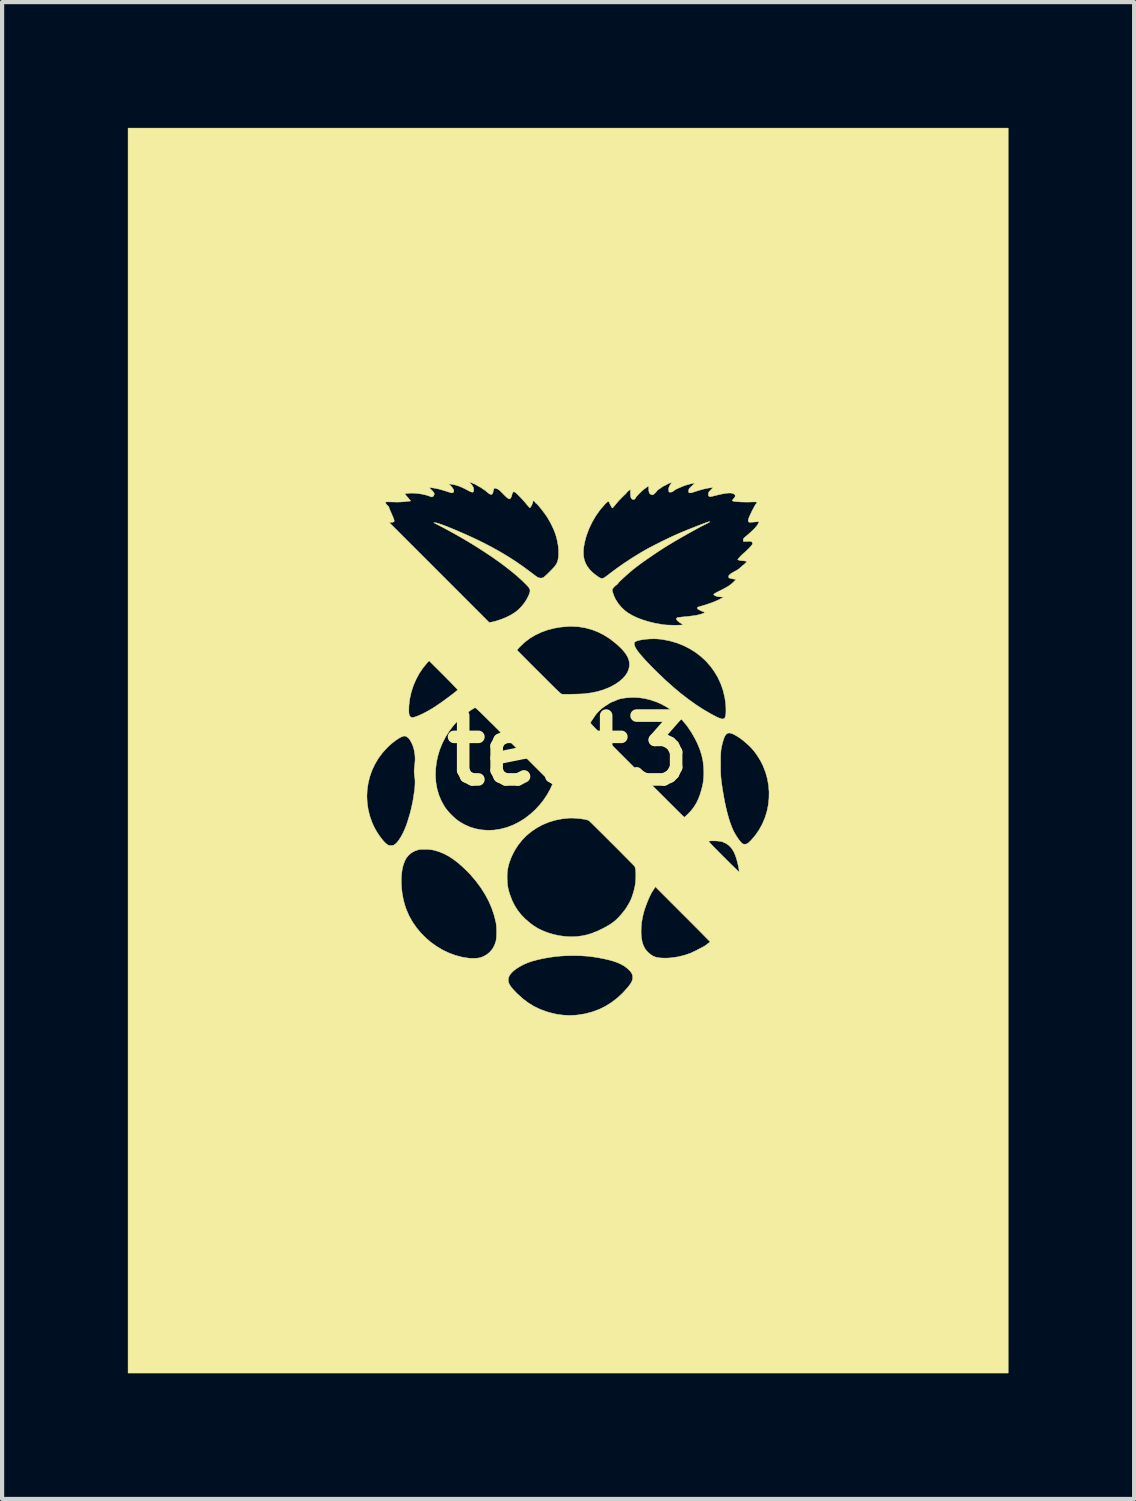
<source format=kicad_pcb>
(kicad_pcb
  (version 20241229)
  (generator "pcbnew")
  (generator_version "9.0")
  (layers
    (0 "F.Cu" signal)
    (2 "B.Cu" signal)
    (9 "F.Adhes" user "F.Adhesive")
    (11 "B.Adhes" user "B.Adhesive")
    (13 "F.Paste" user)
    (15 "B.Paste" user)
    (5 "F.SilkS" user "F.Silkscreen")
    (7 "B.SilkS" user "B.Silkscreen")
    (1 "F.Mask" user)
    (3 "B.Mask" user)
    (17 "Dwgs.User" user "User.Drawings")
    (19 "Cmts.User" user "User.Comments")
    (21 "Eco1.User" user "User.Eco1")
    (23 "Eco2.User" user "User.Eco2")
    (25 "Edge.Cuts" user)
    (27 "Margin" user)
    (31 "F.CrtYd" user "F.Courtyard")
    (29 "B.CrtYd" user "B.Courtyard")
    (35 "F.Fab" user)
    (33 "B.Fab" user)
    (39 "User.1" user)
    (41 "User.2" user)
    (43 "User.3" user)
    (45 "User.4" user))
  (footprint "test3"
    (layer "F.Cu")
    (at 10.504 14.856)
    (property "Reference" "test3" (at 0 0 0) (layer "F.SilkS") (effects (font (size 1.524 1.524) (thickness 0.3))))
    (attr through_hole)
    (fp_poly (pts (xy 10.499 14.851) (xy -10.499 14.851) (xy -10.499 5.487) (xy -1.428 5.487) (xy -1.416 5.542) (xy -1.415 5.546) (xy -1.396 5.585) (xy -1.369 5.628) (xy -1.331 5.676) (xy -1.282 5.731) (xy -1.22 5.794) (xy -1.209 5.805) (xy -1.084 5.918) (xy -0.955 6.016) (xy -0.821 6.099) (xy -0.679 6.168) (xy -0.529 6.225) (xy -0.439 6.252) (xy -0.281 6.289) (xy -0.128 6.311) (xy 0.023 6.319) (xy 0.177 6.313) (xy 0.241 6.306) (xy 0.413 6.278) (xy 0.578 6.234) (xy 0.737 6.175) (xy 0.889 6.1) (xy 1.034 6.01) (xy 1.171 5.905) (xy 1.3 5.786) (xy 1.421 5.652) (xy 1.466 5.595) (xy 1.499 5.547) (xy 1.522 5.504) (xy 1.535 5.465) (xy 1.54 5.427) (xy 1.541 5.415) (xy 1.536 5.364) (xy 1.519 5.319) (xy 1.49 5.274) (xy 1.468 5.249) (xy 1.408 5.193) (xy 1.34 5.142) (xy 1.262 5.098) (xy 1.173 5.058) (xy 1.071 5.023) (xy 0.955 4.991) (xy 0.843 4.966) (xy 0.718 4.942) (xy 0.605 4.924) (xy 0.497 4.91) (xy 0.391 4.901) (xy 0.281 4.895) (xy 0.162 4.893) (xy 0.114 4.893) (xy -0.033 4.895) (xy -0.17 4.902) (xy -0.303 4.915) (xy -0.437 4.933) (xy -0.579 4.958) (xy -0.58 4.958) (xy -0.719 4.988) (xy -0.844 5.021) (xy -0.957 5.059) (xy -1.058 5.102) (xy -1.152 5.152) (xy -1.239 5.207) (xy -1.247 5.214) (xy -1.317 5.269) (xy -1.369 5.324) (xy -1.405 5.378) (xy -1.425 5.432) (xy -1.428 5.487) (xy -10.499 5.487) (xy -10.499 3.051) (xy -3.98 3.051) (xy -3.98 3.171) (xy -3.972 3.295) (xy -3.957 3.42) (xy -3.933 3.545) (xy -3.902 3.668) (xy -3.862 3.787) (xy -3.858 3.798) (xy -3.792 3.948) (xy -3.711 4.091) (xy -3.617 4.227) (xy -3.511 4.354) (xy -3.394 4.472) (xy -3.268 4.579) (xy -3.132 4.675) (xy -2.99 4.759) (xy -2.841 4.83) (xy -2.688 4.886) (xy -2.53 4.928) (xy -2.379 4.952) (xy -2.321 4.957) (xy -2.26 4.958) (xy -2.199 4.955) (xy -2.144 4.95) (xy -2.1 4.942) (xy -2.091 4.94) (xy -2.007 4.906) (xy -1.929 4.859) (xy -1.861 4.8) (xy -1.804 4.731) (xy -1.771 4.673) (xy -1.752 4.632) (xy -1.736 4.587) (xy -1.723 4.546) (xy -1.721 4.538) (xy -1.714 4.494) (xy -1.71 4.437) (xy -1.707 4.372) (xy -1.707 4.304) (xy -1.709 4.237) (xy -1.713 4.174) (xy -1.719 4.122) (xy -1.721 4.111) (xy -1.762 3.94) (xy -1.818 3.771) (xy -1.89 3.602) (xy -1.978 3.437) (xy -2.08 3.275) (xy -2.197 3.117) (xy -2.299 2.997) (xy -1.455 2.997) (xy -1.454 3.072) (xy -1.45 3.146) (xy -1.445 3.208) (xy -1.436 3.265) (xy -1.424 3.321) (xy -1.407 3.383) (xy -1.389 3.437) (xy -1.338 3.572) (xy -1.278 3.695) (xy -1.207 3.808) (xy -1.124 3.914) (xy -1.027 4.014) (xy -0.916 4.11) (xy -0.829 4.175) (xy -0.726 4.24) (xy -0.611 4.296) (xy -0.486 4.345) (xy -0.354 4.385) (xy -0.218 4.415) (xy -0.081 4.434) (xy 0.055 4.442) (xy 0.186 4.439) (xy 0.213 4.436) (xy 0.337 4.42) (xy 0.456 4.394) (xy 0.573 4.358) (xy 0.602 4.346) (xy 1.741 4.346) (xy 1.744 4.402) (xy 1.752 4.482) (xy 1.764 4.549) (xy 1.78 4.608) (xy 1.801 4.662) (xy 1.826 4.712) (xy 1.865 4.769) (xy 1.915 4.822) (xy 1.973 4.869) (xy 2.033 4.906) (xy 2.077 4.924) (xy 2.137 4.939) (xy 2.211 4.948) (xy 2.296 4.952) (xy 2.389 4.95) (xy 2.46 4.944) (xy 2.622 4.921) (xy 2.778 4.883) (xy 2.929 4.83) (xy 3.065 4.765) (xy 3.107 4.742) (xy 3.153 4.718) (xy 3.194 4.697) (xy 3.21 4.689) (xy 3.246 4.669) (xy 3.281 4.647) (xy 3.309 4.626) (xy 3.312 4.624) (xy 3.335 4.604) (xy 3.357 4.588) (xy 3.368 4.581) (xy 3.382 4.571) (xy 3.387 4.564) (xy 3.381 4.557) (xy 3.364 4.539) (xy 3.336 4.51) (xy 3.299 4.472) (xy 3.253 4.425) (xy 3.199 4.37) (xy 3.137 4.308) (xy 3.069 4.239) (xy 2.995 4.165) (xy 2.915 4.085) (xy 2.832 4.001) (xy 2.745 3.914) (xy 2.733 3.903) (xy 2.08 3.249) (xy 2.061 3.282) (xy 2.045 3.308) (xy 2.029 3.331) (xy 2.026 3.336) (xy 2.003 3.37) (xy 1.977 3.418) (xy 1.948 3.476) (xy 1.918 3.543) (xy 1.888 3.616) (xy 1.859 3.692) (xy 1.832 3.768) (xy 1.811 3.835) (xy 1.778 3.962) (xy 1.755 4.093) (xy 1.743 4.222) (xy 1.741 4.346) (xy 0.602 4.346) (xy 0.693 4.31) (xy 0.8 4.259) (xy 0.893 4.211) (xy 0.972 4.165) (xy 1.042 4.12) (xy 1.105 4.072) (xy 1.164 4.02) (xy 1.222 3.96) (xy 1.283 3.89) (xy 1.333 3.828) (xy 1.358 3.795) (xy 1.383 3.76) (xy 1.401 3.73) (xy 1.401 3.73) (xy 1.419 3.7) (xy 1.441 3.663) (xy 1.462 3.628) (xy 1.462 3.627) (xy 1.484 3.585) (xy 1.508 3.531) (xy 1.531 3.467) (xy 1.553 3.398) (xy 1.573 3.328) (xy 1.589 3.26) (xy 1.592 3.247) (xy 1.602 3.184) (xy 1.609 3.117) (xy 1.613 3.049) (xy 1.615 2.981) (xy 1.614 2.917) (xy 1.61 2.86) (xy 1.603 2.812) (xy 1.594 2.777) (xy 1.587 2.763) (xy 1.579 2.754) (xy 1.56 2.734) (xy 1.532 2.704) (xy 1.494 2.666) (xy 1.448 2.62) (xy 1.396 2.567) (xy 1.338 2.509) (xy 1.276 2.446) (xy 1.21 2.379) (xy 1.141 2.31) (xy 1.071 2.24) (xy 1 2.17) (xy 0.995 2.164) (xy 3.355 2.164) (xy 3.357 2.17) (xy 3.363 2.18) (xy 3.375 2.194) (xy 3.393 2.215) (xy 3.418 2.241) (xy 3.45 2.275) (xy 3.491 2.317) (xy 3.542 2.368) (xy 3.602 2.429) (xy 3.673 2.501) (xy 3.709 2.536) (xy 3.774 2.601) (xy 3.835 2.662) (xy 3.892 2.718) (xy 3.944 2.768) (xy 3.988 2.811) (xy 4.025 2.847) (xy 4.054 2.873) (xy 4.072 2.889) (xy 4.08 2.895) (xy 4.08 2.895) (xy 4.08 2.882) (xy 4.078 2.858) (xy 4.074 2.827) (xy 4.073 2.821) (xy 4.061 2.76) (xy 4.045 2.689) (xy 4.026 2.616) (xy 4.005 2.545) (xy 3.987 2.494) (xy 3.947 2.404) (xy 3.897 2.328) (xy 3.837 2.265) (xy 3.767 2.216) (xy 3.687 2.18) (xy 3.657 2.171) (xy 3.629 2.165) (xy 3.59 2.161) (xy 3.544 2.157) (xy 3.496 2.155) (xy 3.449 2.154) (xy 3.408 2.155) (xy 3.376 2.158) (xy 3.357 2.162) (xy 3.355 2.164) (xy 0.995 2.164) (xy 0.93 2.1) (xy 0.862 2.031) (xy 0.796 1.966) (xy 0.734 1.905) (xy 0.677 1.848) (xy 0.626 1.798) (xy 0.582 1.754) (xy 0.546 1.719) (xy 0.518 1.693) (xy 0.501 1.676) (xy 0.496 1.672) (xy 0.47 1.66) (xy 0.431 1.649) (xy 0.38 1.639) (xy 0.321 1.63) (xy 0.257 1.622) (xy 0.191 1.616) (xy 0.126 1.612) (xy 0.064 1.611) (xy 0.013 1.613) (xy -0.153 1.631) (xy -0.313 1.663) (xy -0.466 1.71) (xy -0.612 1.771) (xy -0.748 1.845) (xy -0.876 1.931) (xy -0.994 2.029) (xy -1.101 2.139) (xy -1.196 2.259) (xy -1.279 2.39) (xy -1.349 2.529) (xy -1.404 2.676) (xy -1.427 2.756) (xy -1.442 2.833) (xy -1.452 2.911) (xy -1.455 2.997) (xy -2.299 2.997) (xy -2.326 2.965) (xy -2.383 2.905) (xy -2.504 2.787) (xy -2.62 2.684) (xy -2.734 2.597) (xy -2.846 2.523) (xy -2.958 2.463) (xy -3.07 2.417) (xy -3.184 2.382) (xy -3.218 2.374) (xy -3.27 2.366) (xy -3.329 2.359) (xy -3.392 2.356) (xy -3.455 2.356) (xy -3.511 2.358) (xy -3.557 2.363) (xy -3.568 2.366) (xy -3.654 2.394) (xy -3.732 2.436) (xy -3.799 2.491) (xy -3.855 2.558) (xy -3.862 2.568) (xy -3.901 2.643) (xy -3.933 2.73) (xy -3.957 2.828) (xy -3.972 2.936) (xy -3.98 3.051) (xy -10.499 3.051) (xy -10.499 1.089) (xy -4.801 1.089) (xy -4.793 1.248) (xy -4.77 1.407) (xy -4.731 1.564) (xy -4.676 1.719) (xy -4.636 1.808) (xy -4.599 1.879) (xy -4.557 1.95) (xy -4.512 2.019) (xy -4.466 2.082) (xy -4.421 2.14) (xy -4.377 2.188) (xy -4.336 2.226) (xy -4.3 2.252) (xy -4.29 2.257) (xy -4.25 2.267) (xy -4.205 2.267) (xy -4.164 2.257) (xy -4.16 2.255) (xy -4.119 2.228) (xy -4.077 2.186) (xy -4.034 2.13) (xy -3.99 2.061) (xy -3.946 1.981) (xy -3.904 1.891) (xy -3.864 1.792) (xy -3.832 1.7) (xy -3.76 1.458) (xy -3.706 1.216) (xy -3.668 0.972) (xy -3.661 0.914) (xy -3.655 0.839) (xy -3.652 0.774) (xy -3.653 0.713) (xy -3.658 0.649) (xy -3.663 0.61) (xy -3.165 0.61) (xy -3.153 0.766) (xy -3.126 0.917) (xy -3.083 1.062) (xy -3.025 1.2) (xy -2.952 1.331) (xy -2.937 1.355) (xy -2.895 1.411) (xy -2.843 1.473) (xy -2.784 1.535) (xy -2.721 1.595) (xy -2.66 1.648) (xy -2.603 1.69) (xy -2.6 1.692) (xy -2.474 1.766) (xy -2.342 1.824) (xy -2.205 1.866) (xy -2.062 1.892) (xy -1.917 1.903) (xy -1.769 1.897) (xy -1.768 1.897) (xy -1.615 1.873) (xy -1.464 1.834) (xy -1.317 1.778) (xy -1.174 1.707) (xy -1.035 1.621) (xy -0.904 1.52) (xy -0.783 1.41) (xy -0.681 1.3) (xy -0.588 1.183) (xy -0.506 1.062) (xy -0.437 0.94) (xy -0.401 0.865) (xy -0.373 0.801) (xy -1.287 -0.113) (xy -1.411 -0.237) (xy -1.524 -0.349) (xy -1.626 -0.451) (xy -1.717 -0.542) (xy -1.799 -0.624) (xy -1.843 -0.667) (xy 0.533 -0.667) (xy 0.533 -0.664) (xy 0.535 -0.659) (xy 0.539 -0.652) (xy 0.545 -0.643) (xy 0.555 -0.631) (xy 0.568 -0.615) (xy 0.586 -0.596) (xy 0.608 -0.572) (xy 0.635 -0.544) (xy 0.668 -0.51) (xy 0.707 -0.47) (xy 0.753 -0.423) (xy 0.805 -0.37) (xy 0.866 -0.309) (xy 0.934 -0.24) (xy 1.011 -0.162) (xy 1.098 -0.076) (xy 1.193 0.02) (xy 1.299 0.126) (xy 1.416 0.243) (xy 1.544 0.371) (xy 1.644 0.471) (xy 1.759 0.586) (xy 1.87 0.698) (xy 1.978 0.805) (xy 2.082 0.909) (xy 2.181 1.007) (xy 2.274 1.1) (xy 2.361 1.187) (xy 2.441 1.267) (xy 2.514 1.339) (xy 2.579 1.404) (xy 2.636 1.46) (xy 2.683 1.507) (xy 2.721 1.544) (xy 2.749 1.571) (xy 2.766 1.587) (xy 2.771 1.592) (xy 2.779 1.586) (xy 2.797 1.571) (xy 2.822 1.548) (xy 2.851 1.521) (xy 2.854 1.518) (xy 2.934 1.434) (xy 3.002 1.346) (xy 3.061 1.25) (xy 3.111 1.145) (xy 3.154 1.028) (xy 3.179 0.943) (xy 3.204 0.846) (xy 3.221 0.758) (xy 3.231 0.671) (xy 3.236 0.579) (xy 3.237 0.512) (xy 3.231 0.371) (xy 3.223 0.307) (xy 3.637 0.307) (xy 3.637 0.326) (xy 3.637 0.404) (xy 3.638 0.473) (xy 3.639 0.535) (xy 3.642 0.594) (xy 3.647 0.651) (xy 3.653 0.71) (xy 3.661 0.773) (xy 3.671 0.844) (xy 3.683 0.925) (xy 3.699 1.018) (xy 3.705 1.054) (xy 3.732 1.204) (xy 3.763 1.349) (xy 3.796 1.485) (xy 3.831 1.612) (xy 3.868 1.727) (xy 3.906 1.829) (xy 3.942 1.911) (xy 3.97 1.964) (xy 4.002 2.019) (xy 4.037 2.073) (xy 4.071 2.123) (xy 4.104 2.165) (xy 4.131 2.196) (xy 4.135 2.199) (xy 4.159 2.22) (xy 4.179 2.231) (xy 4.2 2.235) (xy 4.209 2.235) (xy 4.24 2.232) (xy 4.269 2.223) (xy 4.272 2.221) (xy 4.29 2.21) (xy 4.315 2.189) (xy 4.344 2.161) (xy 4.371 2.134) (xy 4.473 2.013) (xy 4.561 1.884) (xy 4.636 1.746) (xy 4.696 1.603) (xy 4.742 1.454) (xy 4.774 1.301) (xy 4.791 1.145) (xy 4.794 0.988) (xy 4.781 0.83) (xy 4.753 0.673) (xy 4.71 0.519) (xy 4.652 0.368) (xy 4.635 0.332) (xy 4.59 0.245) (xy 4.536 0.156) (xy 4.478 0.069) (xy 4.428 0.004) (xy 4.372 -0.06) (xy 4.309 -0.124) (xy 4.24 -0.185) (xy 4.17 -0.244) (xy 4.099 -0.297) (xy 4.03 -0.342) (xy 3.966 -0.379) (xy 3.909 -0.405) (xy 3.888 -0.412) (xy 3.849 -0.419) (xy 3.814 -0.415) (xy 3.784 -0.4) (xy 3.757 -0.371) (xy 3.732 -0.329) (xy 3.71 -0.272) (xy 3.688 -0.2) (xy 3.683 -0.182) (xy 3.671 -0.133) (xy 3.661 -0.088) (xy 3.653 -0.046) (xy 3.647 -0.004) (xy 3.643 0.041) (xy 3.64 0.093) (xy 3.638 0.152) (xy 3.637 0.223) (xy 3.637 0.307) (xy 3.223 0.307) (xy 3.214 0.235) (xy 3.184 0.102) (xy 3.141 -0.031) (xy 3.085 -0.168) (xy 3.031 -0.277) (xy 2.941 -0.435) (xy 2.842 -0.582) (xy 2.733 -0.715) (xy 2.617 -0.835) (xy 2.493 -0.941) (xy 2.362 -1.032) (xy 2.225 -1.109) (xy 2.112 -1.158) (xy 1.965 -1.208) (xy 1.822 -1.243) (xy 1.68 -1.263) (xy 1.538 -1.268) (xy 1.393 -1.258) (xy 1.392 -1.258) (xy 1.324 -1.249) (xy 1.268 -1.24) (xy 1.221 -1.228) (xy 1.18 -1.214) (xy 1.14 -1.197) (xy 1.135 -1.194) (xy 1.104 -1.18) (xy 1.075 -1.169) (xy 1.06 -1.164) (xy 1.04 -1.157) (xy 1.011 -1.142) (xy 0.98 -1.124) (xy 0.971 -1.118) (xy 0.935 -1.094) (xy 0.897 -1.07) (xy 0.864 -1.049) (xy 0.862 -1.047) (xy 0.815 -1.013) (xy 0.765 -0.97) (xy 0.715 -0.921) (xy 0.671 -0.871) (xy 0.636 -0.824) (xy 0.634 -0.821) (xy 0.612 -0.787) (xy 0.59 -0.755) (xy 0.572 -0.729) (xy 0.569 -0.724) (xy 0.552 -0.699) (xy 0.538 -0.677) (xy 0.534 -0.67) (xy 0.533 -0.667) (xy -1.843 -0.667) (xy -1.872 -0.695) (xy -1.936 -0.759) (xy -1.991 -0.813) (xy -2.039 -0.86) (xy -2.08 -0.9) (xy -2.115 -0.933) (xy -2.144 -0.96) (xy -2.167 -0.982) (xy -2.185 -0.998) (xy -2.199 -1.009) (xy -2.209 -1.017) (xy -2.216 -1.021) (xy -2.22 -1.022) (xy -2.22 -1.022) (xy -2.237 -1.014) (xy -2.265 -0.998) (xy -2.301 -0.976) (xy -2.342 -0.949) (xy -2.384 -0.92) (xy -2.426 -0.89) (xy -2.465 -0.862) (xy -2.485 -0.846) (xy -2.611 -0.733) (xy -2.727 -0.608) (xy -2.831 -0.473) (xy -2.923 -0.328) (xy -3.001 -0.175) (xy -3.065 -0.016) (xy -3.113 0.147) (xy -3.141 0.283) (xy -3.161 0.449) (xy -3.165 0.61) (xy -3.663 0.61) (xy -3.667 0.578) (xy -3.672 0.538) (xy -3.674 0.504) (xy -3.673 0.467) (xy -3.669 0.423) (xy -3.666 0.396) (xy -3.659 0.326) (xy -3.654 0.269) (xy -3.651 0.221) (xy -3.651 0.179) (xy -3.653 0.14) (xy -3.657 0.099) (xy -3.657 0.092) (xy -3.673 -0.006) (xy -3.697 -0.094) (xy -3.731 -0.177) (xy -3.734 -0.182) (xy -3.77 -0.248) (xy -3.808 -0.297) (xy -3.847 -0.329) (xy -3.888 -0.345) (xy -3.909 -0.347) (xy -3.94 -0.341) (xy -3.981 -0.324) (xy -4.029 -0.298) (xy -4.083 -0.263) (xy -4.141 -0.222) (xy -4.201 -0.175) (xy -4.26 -0.124) (xy -4.316 -0.07) (xy -4.318 -0.068) (xy -4.43 0.055) (xy -4.527 0.186) (xy -4.609 0.325) (xy -4.678 0.47) (xy -4.731 0.62) (xy -4.769 0.774) (xy -4.793 0.93) (xy -4.801 1.089) (xy -10.499 1.089) (xy -10.499 -0.966) (xy -3.801 -0.966) (xy -3.799 -0.909) (xy -3.794 -0.866) (xy -3.784 -0.834) (xy -3.769 -0.812) (xy -3.763 -0.806) (xy -3.745 -0.794) (xy -3.725 -0.789) (xy -3.698 -0.79) (xy -3.663 -0.799) (xy -3.618 -0.814) (xy -3.555 -0.838) (xy -3.482 -0.872) (xy -3.403 -0.912) (xy -3.32 -0.958) (xy -3.238 -1.006) (xy -3.159 -1.057) (xy -3.15 -1.063) (xy -3.1 -1.097) (xy -3.045 -1.134) (xy -2.988 -1.175) (xy -2.93 -1.217) (xy -2.873 -1.259) (xy -2.818 -1.3) (xy -2.767 -1.339) (xy -2.722 -1.374) (xy -2.685 -1.403) (xy -2.656 -1.427) (xy -2.639 -1.443) (xy -2.634 -1.449) (xy -2.64 -1.456) (xy -2.656 -1.475) (xy -2.682 -1.502) (xy -2.717 -1.539) (xy -2.76 -1.583) (xy -2.809 -1.634) (xy -2.865 -1.69) (xy -2.925 -1.75) (xy -2.974 -1.8) (xy -3.317 -2.142) (xy -3.362 -2.094) (xy -3.462 -1.972) (xy -3.552 -1.839) (xy -3.628 -1.698) (xy -3.692 -1.549) (xy -3.742 -1.396) (xy -3.777 -1.24) (xy -3.797 -1.083) (xy -3.801 -0.966) (xy -10.499 -0.966) (xy -10.499 -2.397) (xy -1.219 -2.397) (xy -1.213 -2.39) (xy -1.196 -2.372) (xy -1.169 -2.345) (xy -1.132 -2.307) (xy -1.087 -2.262) (xy -1.034 -2.208) (xy -0.974 -2.148) (xy -0.909 -2.082) (xy -0.838 -2.011) (xy -0.763 -1.936) (xy -0.696 -1.87) (xy -0.605 -1.779) (xy -0.525 -1.699) (xy -0.455 -1.629) (xy -0.395 -1.57) (xy -0.344 -1.519) (xy -0.301 -1.477) (xy -0.265 -1.442) (xy -0.235 -1.414) (xy -0.211 -1.392) (xy -0.192 -1.375) (xy -0.177 -1.363) (xy -0.166 -1.355) (xy -0.157 -1.349) (xy -0.149 -1.346) (xy -0.143 -1.345) (xy -0.14 -1.345) (xy -0.112 -1.343) (xy -0.07 -1.343) (xy -0.018 -1.343) (xy 0.041 -1.343) (xy 0.105 -1.345) (xy 0.17 -1.346) (xy 0.232 -1.348) (xy 0.29 -1.35) (xy 0.339 -1.352) (xy 0.376 -1.355) (xy 0.381 -1.355) (xy 0.547 -1.376) (xy 0.7 -1.407) (xy 0.843 -1.45) (xy 0.976 -1.503) (xy 1.03 -1.529) (xy 1.136 -1.589) (xy 1.229 -1.654) (xy 1.307 -1.722) (xy 1.369 -1.793) (xy 1.416 -1.867) (xy 1.447 -1.944) (xy 1.462 -2.022) (xy 1.462 -2.084) (xy 1.451 -2.151) (xy 1.427 -2.217) (xy 1.39 -2.285) (xy 1.339 -2.356) (xy 1.274 -2.429) (xy 1.194 -2.506) (xy 1.155 -2.541) (xy 1.576 -2.541) (xy 1.583 -2.506) (xy 1.602 -2.463) (xy 1.632 -2.412) (xy 1.674 -2.353) (xy 1.728 -2.286) (xy 1.794 -2.21) (xy 1.872 -2.125) (xy 1.963 -2.03) (xy 2.067 -1.925) (xy 2.136 -1.857) (xy 2.326 -1.676) (xy 2.512 -1.51) (xy 2.693 -1.358) (xy 2.873 -1.22) (xy 3.051 -1.093) (xy 3.228 -0.978) (xy 3.407 -0.874) (xy 3.467 -0.842) (xy 3.533 -0.807) (xy 3.588 -0.782) (xy 3.631 -0.765) (xy 3.666 -0.755) (xy 3.693 -0.754) (xy 3.714 -0.76) (xy 3.732 -0.772) (xy 3.733 -0.774) (xy 3.746 -0.798) (xy 3.756 -0.836) (xy 3.763 -0.887) (xy 3.765 -0.948) (xy 3.764 -1.016) (xy 3.76 -1.091) (xy 3.752 -1.168) (xy 3.74 -1.247) (xy 3.733 -1.283) (xy 3.694 -1.445) (xy 3.639 -1.599) (xy 3.571 -1.746) (xy 3.488 -1.885) (xy 3.393 -2.015) (xy 3.287 -2.135) (xy 3.168 -2.244) (xy 3.04 -2.343) (xy 2.901 -2.43) (xy 2.754 -2.505) (xy 2.598 -2.566) (xy 2.435 -2.614) (xy 2.265 -2.648) (xy 2.18 -2.659) (xy 2.112 -2.664) (xy 2.039 -2.666) (xy 1.965 -2.664) (xy 1.89 -2.659) (xy 1.818 -2.652) (xy 1.752 -2.642) (xy 1.693 -2.63) (xy 1.645 -2.617) (xy 1.609 -2.601) (xy 1.594 -2.591) (xy 1.579 -2.569) (xy 1.576 -2.541) (xy 1.155 -2.541) (xy 1.14 -2.554) (xy 1.003 -2.662) (xy 0.861 -2.752) (xy 0.715 -2.827) (xy 0.565 -2.885) (xy 0.41 -2.927) (xy 0.251 -2.953) (xy 0.088 -2.962) (xy 0.013 -2.961) (xy -0.162 -2.947) (xy -0.329 -2.919) (xy -0.489 -2.878) (xy -0.641 -2.823) (xy -0.783 -2.756) (xy -0.916 -2.676) (xy -1.038 -2.583) (xy -1.148 -2.478) (xy -1.16 -2.466) (xy -1.184 -2.439) (xy -1.204 -2.416) (xy -1.216 -2.401) (xy -1.219 -2.397) (xy -10.499 -2.397) (xy -10.499 -5.927) (xy -4.36 -5.927) (xy -4.354 -5.905) (xy -4.337 -5.878) (xy -4.314 -5.851) (xy -4.304 -5.842) (xy -4.286 -5.824) (xy -4.275 -5.81) (xy -4.274 -5.805) (xy -4.274 -5.801) (xy -4.273 -5.793) (xy -4.268 -5.779) (xy -4.26 -5.759) (xy -4.247 -5.729) (xy -4.23 -5.689) (xy -4.207 -5.636) (xy -4.194 -5.608) (xy -4.177 -5.567) (xy -4.163 -5.531) (xy -4.153 -5.502) (xy -4.149 -5.484) (xy -4.149 -5.483) (xy -4.154 -5.463) (xy -4.172 -5.451) (xy -4.203 -5.445) (xy -4.226 -5.444) (xy -4.271 -5.444) (xy -3.077 -4.25) (xy -1.884 -3.056) (xy -1.846 -3.06) (xy -1.821 -3.065) (xy -1.786 -3.073) (xy -1.745 -3.083) (xy -1.719 -3.09) (xy -1.595 -3.131) (xy -1.477 -3.179) (xy -1.369 -3.233) (xy -1.274 -3.292) (xy -1.27 -3.294) (xy -1.192 -3.356) (xy -1.119 -3.429) (xy -1.052 -3.511) (xy -0.994 -3.597) (xy -0.948 -3.685) (xy -0.918 -3.761) (xy -0.91 -3.795) (xy -0.909 -3.825) (xy -0.917 -3.854) (xy -0.935 -3.885) (xy -0.964 -3.921) (xy -0.989 -3.947) (xy -1.093 -4.051) (xy -1.212 -4.159) (xy -1.345 -4.27) (xy -1.491 -4.385) (xy -1.649 -4.502) (xy -1.817 -4.621) (xy -1.996 -4.74) (xy -2.183 -4.86) (xy -2.378 -4.98) (xy -2.579 -5.098) (xy -2.786 -5.214) (xy -2.997 -5.328) (xy -3.154 -5.409) (xy -3.205 -5.435) (xy -3.17 -5.435) (xy -3.145 -5.432) (xy -3.107 -5.422) (xy -3.057 -5.405) (xy -2.996 -5.384) (xy -2.925 -5.357) (xy -2.846 -5.326) (xy -2.761 -5.291) (xy -2.671 -5.254) (xy -2.576 -5.213) (xy -2.48 -5.171) (xy -2.383 -5.128) (xy -2.287 -5.084) (xy -2.192 -5.039) (xy -2.102 -4.996) (xy -2.032 -4.961) (xy -1.823 -4.853) (xy -1.627 -4.744) (xy -1.441 -4.633) (xy -1.259 -4.516) (xy -1.079 -4.392) (xy -0.896 -4.257) (xy -0.804 -4.187) (xy -0.773 -4.164) (xy -0.744 -4.144) (xy -0.72 -4.13) (xy -0.714 -4.126) (xy -0.676 -4.117) (xy -0.635 -4.116) (xy -0.598 -4.123) (xy -0.597 -4.123) (xy -0.585 -4.131) (xy -0.563 -4.15) (xy -0.533 -4.177) (xy -0.497 -4.21) (xy -0.458 -4.248) (xy -0.441 -4.265) (xy -0.388 -4.318) (xy -0.347 -4.363) (xy -0.314 -4.401) (xy -0.29 -4.435) (xy -0.272 -4.467) (xy -0.257 -4.499) (xy -0.246 -4.534) (xy -0.232 -4.607) (xy -0.226 -4.691) (xy -0.227 -4.734) (xy 0.364 -4.734) (xy 0.369 -4.637) (xy 0.386 -4.549) (xy 0.417 -4.466) (xy 0.46 -4.389) (xy 0.516 -4.317) (xy 0.528 -4.303) (xy 0.568 -4.263) (xy 0.615 -4.222) (xy 0.664 -4.183) (xy 0.71 -4.15) (xy 0.75 -4.125) (xy 0.755 -4.123) (xy 0.776 -4.113) (xy 0.795 -4.107) (xy 0.814 -4.106) (xy 0.836 -4.112) (xy 0.861 -4.124) (xy 0.892 -4.145) (xy 0.932 -4.174) (xy 0.982 -4.212) (xy 0.998 -4.225) (xy 1.163 -4.348) (xy 1.34 -4.472) (xy 1.526 -4.594) (xy 1.716 -4.711) (xy 1.827 -4.776) (xy 1.902 -4.818) (xy 1.989 -4.864) (xy 2.085 -4.914) (xy 2.187 -4.965) (xy 2.292 -5.017) (xy 2.397 -5.068) (xy 2.499 -5.115) (xy 2.594 -5.158) (xy 2.671 -5.192) (xy 2.731 -5.217) (xy 2.797 -5.244) (xy 2.866 -5.272) (xy 2.938 -5.301) (xy 3.01 -5.329) (xy 3.08 -5.357) (xy 3.146 -5.382) (xy 3.208 -5.406) (xy 3.262 -5.426) (xy 3.307 -5.442) (xy 3.341 -5.454) (xy 3.363 -5.46) (xy 3.368 -5.461) (xy 3.378 -5.459) (xy 3.374 -5.452) (xy 3.356 -5.44) (xy 3.323 -5.423) (xy 3.287 -5.404) (xy 3.224 -5.373) (xy 3.149 -5.334) (xy 3.065 -5.288) (xy 2.973 -5.238) (xy 2.877 -5.185) (xy 2.779 -5.129) (xy 2.681 -5.073) (xy 2.585 -5.018) (xy 2.495 -4.964) (xy 2.411 -4.914) (xy 2.354 -4.879) (xy 2.257 -4.818) (xy 2.156 -4.752) (xy 2.054 -4.684) (xy 1.952 -4.614) (xy 1.853 -4.546) (xy 1.76 -4.48) (xy 1.675 -4.417) (xy 1.601 -4.361) (xy 1.559 -4.328) (xy 1.526 -4.3) (xy 1.486 -4.267) (xy 1.444 -4.23) (xy 1.399 -4.191) (xy 1.355 -4.151) (xy 1.313 -4.113) (xy 1.276 -4.078) (xy 1.244 -4.049) (xy 1.221 -4.026) (xy 1.209 -4.012) (xy 1.207 -4.01) (xy 1.195 -3.992) (xy 1.178 -3.973) (xy 1.161 -3.956) (xy 1.148 -3.946) (xy 1.145 -3.945) (xy 1.133 -3.939) (xy 1.116 -3.923) (xy 1.095 -3.9) (xy 1.075 -3.875) (xy 1.059 -3.852) (xy 1.051 -3.835) (xy 1.05 -3.831) (xy 1.053 -3.81) (xy 1.062 -3.778) (xy 1.076 -3.738) (xy 1.092 -3.695) (xy 1.109 -3.653) (xy 1.127 -3.617) (xy 1.132 -3.607) (xy 1.194 -3.509) (xy 1.27 -3.418) (xy 1.357 -3.336) (xy 1.424 -3.287) (xy 1.526 -3.226) (xy 1.642 -3.17) (xy 1.771 -3.121) (xy 1.912 -3.077) (xy 2.063 -3.04) (xy 2.222 -3.011) (xy 2.282 -3.002) (xy 2.32 -2.998) (xy 2.369 -2.995) (xy 2.426 -2.993) (xy 2.486 -2.991) (xy 2.547 -2.99) (xy 2.604 -2.991) (xy 2.653 -2.992) (xy 2.692 -2.994) (xy 2.709 -2.996) (xy 2.747 -3.002) (xy 2.692 -3.035) (xy 2.641 -3.068) (xy 2.606 -3.099) (xy 2.586 -3.125) (xy 2.583 -3.148) (xy 2.595 -3.166) (xy 2.607 -3.171) (xy 2.634 -3.176) (xy 2.673 -3.181) (xy 2.722 -3.187) (xy 2.775 -3.192) (xy 2.873 -3.202) (xy 2.956 -3.212) (xy 3.027 -3.222) (xy 3.087 -3.233) (xy 3.138 -3.245) (xy 3.184 -3.259) (xy 3.225 -3.275) (xy 3.231 -3.277) (xy 3.272 -3.295) (xy 3.23 -3.31) (xy 3.199 -3.322) (xy 3.163 -3.338) (xy 3.135 -3.352) (xy 3.106 -3.367) (xy 3.089 -3.38) (xy 3.083 -3.392) (xy 3.082 -3.399) (xy 3.084 -3.411) (xy 3.093 -3.42) (xy 3.113 -3.428) (xy 3.131 -3.433) (xy 3.263 -3.472) (xy 3.381 -3.511) (xy 3.485 -3.55) (xy 3.574 -3.588) (xy 3.646 -3.625) (xy 3.647 -3.626) (xy 3.711 -3.662) (xy 3.631 -3.667) (xy 3.581 -3.671) (xy 3.544 -3.679) (xy 3.517 -3.689) (xy 3.495 -3.701) (xy 3.48 -3.711) (xy 3.473 -3.72) (xy 3.476 -3.73) (xy 3.489 -3.742) (xy 3.514 -3.757) (xy 3.551 -3.777) (xy 3.602 -3.803) (xy 3.617 -3.81) (xy 3.691 -3.848) (xy 3.752 -3.881) (xy 3.802 -3.91) (xy 3.844 -3.936) (xy 3.88 -3.962) (xy 3.912 -3.989) (xy 3.943 -4.018) (xy 3.949 -4.024) (xy 4.009 -4.084) (xy 3.954 -4.091) (xy 3.919 -4.097) (xy 3.885 -4.104) (xy 3.865 -4.109) (xy 3.843 -4.117) (xy 3.832 -4.129) (xy 3.829 -4.146) (xy 3.829 -4.162) (xy 3.836 -4.177) (xy 3.853 -4.195) (xy 3.867 -4.207) (xy 3.894 -4.228) (xy 3.93 -4.25) (xy 3.968 -4.271) (xy 3.978 -4.276) (xy 4.015 -4.296) (xy 4.052 -4.319) (xy 4.082 -4.341) (xy 4.088 -4.346) (xy 4.114 -4.37) (xy 4.147 -4.398) (xy 4.18 -4.426) (xy 4.183 -4.428) (xy 4.221 -4.46) (xy 4.245 -4.484) (xy 4.257 -4.5) (xy 4.256 -4.511) (xy 4.242 -4.518) (xy 4.216 -4.523) (xy 4.197 -4.525) (xy 4.157 -4.529) (xy 4.119 -4.534) (xy 4.086 -4.54) (xy 4.061 -4.546) (xy 4.048 -4.551) (xy 4.047 -4.552) (xy 4.053 -4.566) (xy 4.07 -4.589) (xy 4.095 -4.617) (xy 4.126 -4.649) (xy 4.16 -4.682) (xy 4.182 -4.701) (xy 4.221 -4.735) (xy 4.26 -4.772) (xy 4.299 -4.81) (xy 4.334 -4.846) (xy 4.364 -4.879) (xy 4.385 -4.906) (xy 4.397 -4.924) (xy 4.398 -4.927) (xy 4.398 -4.951) (xy 4.385 -4.974) (xy 4.37 -4.986) (xy 4.356 -4.989) (xy 4.329 -4.991) (xy 4.294 -4.991) (xy 4.27 -4.99) (xy 4.184 -4.986) (xy 4.179 -5.011) (xy 4.176 -5.03) (xy 4.18 -5.047) (xy 4.192 -5.064) (xy 4.212 -5.086) (xy 4.245 -5.114) (xy 4.261 -5.127) (xy 4.314 -5.172) (xy 4.368 -5.22) (xy 4.419 -5.269) (xy 4.462 -5.314) (xy 4.489 -5.346) (xy 4.511 -5.375) (xy 4.53 -5.405) (xy 4.544 -5.431) (xy 4.552 -5.45) (xy 4.552 -5.458) (xy 4.542 -5.459) (xy 4.519 -5.459) (xy 4.486 -5.456) (xy 4.446 -5.453) (xy 4.442 -5.453) (xy 4.4 -5.449) (xy 4.363 -5.447) (xy 4.334 -5.447) (xy 4.319 -5.448) (xy 4.319 -5.448) (xy 4.301 -5.461) (xy 4.296 -5.487) (xy 4.303 -5.524) (xy 4.305 -5.533) (xy 4.316 -5.562) (xy 4.332 -5.599) (xy 4.353 -5.643) (xy 4.375 -5.691) (xy 4.399 -5.738) (xy 4.423 -5.784) (xy 4.445 -5.824) (xy 4.463 -5.856) (xy 4.477 -5.878) (xy 4.482 -5.884) (xy 4.497 -5.902) (xy 4.504 -5.918) (xy 4.504 -5.919) (xy 4.503 -5.924) (xy 4.499 -5.928) (xy 4.489 -5.931) (xy 4.472 -5.932) (xy 4.444 -5.932) (xy 4.405 -5.931) (xy 4.351 -5.93) (xy 4.336 -5.929) (xy 4.268 -5.928) (xy 4.2 -5.929) (xy 4.135 -5.93) (xy 4.074 -5.934) (xy 4.019 -5.938) (xy 3.974 -5.943) (xy 3.941 -5.95) (xy 3.923 -5.956) (xy 3.922 -5.957) (xy 3.916 -5.963) (xy 3.918 -5.973) (xy 3.929 -5.987) (xy 3.948 -6.009) (xy 3.975 -6.041) (xy 3.986 -6.068) (xy 3.984 -6.091) (xy 3.969 -6.111) (xy 3.943 -6.128) (xy 3.909 -6.139) (xy 3.865 -6.144) (xy 3.81 -6.142) (xy 3.743 -6.134) (xy 3.663 -6.119) (xy 3.569 -6.098) (xy 3.554 -6.094) (xy 3.496 -6.08) (xy 3.452 -6.069) (xy 3.42 -6.062) (xy 3.398 -6.058) (xy 3.383 -6.057) (xy 3.373 -6.059) (xy 3.366 -6.062) (xy 3.36 -6.067) (xy 3.349 -6.08) (xy 3.345 -6.098) (xy 3.347 -6.124) (xy 3.35 -6.145) (xy 3.356 -6.163) (xy 3.368 -6.181) (xy 3.389 -6.204) (xy 3.405 -6.22) (xy 3.459 -6.276) (xy 3.404 -6.27) (xy 3.34 -6.261) (xy 3.265 -6.246) (xy 3.183 -6.225) (xy 3.1 -6.201) (xy 3.034 -6.18) (xy 2.978 -6.161) (xy 2.936 -6.15) (xy 2.907 -6.146) (xy 2.887 -6.149) (xy 2.877 -6.161) (xy 2.874 -6.182) (xy 2.876 -6.211) (xy 2.876 -6.213) (xy 2.88 -6.23) (xy 2.887 -6.245) (xy 2.9 -6.262) (xy 2.921 -6.284) (xy 2.953 -6.313) (xy 2.953 -6.314) (xy 2.98 -6.339) (xy 3.001 -6.361) (xy 3.014 -6.376) (xy 3.016 -6.382) (xy 3.003 -6.381) (xy 2.978 -6.376) (xy 2.943 -6.368) (xy 2.902 -6.357) (xy 2.859 -6.345) (xy 2.817 -6.333) (xy 2.779 -6.321) (xy 2.75 -6.31) (xy 2.743 -6.307) (xy 2.707 -6.292) (xy 2.664 -6.274) (xy 2.624 -6.257) (xy 2.622 -6.257) (xy 2.587 -6.24) (xy 2.555 -6.223) (xy 2.532 -6.207) (xy 2.529 -6.204) (xy 2.496 -6.178) (xy 2.462 -6.166) (xy 2.434 -6.164) (xy 2.414 -6.165) (xy 2.405 -6.174) (xy 2.4 -6.194) (xy 2.397 -6.243) (xy 2.408 -6.29) (xy 2.435 -6.339) (xy 2.438 -6.343) (xy 2.454 -6.367) (xy 2.463 -6.384) (xy 2.465 -6.392) (xy 2.464 -6.392) (xy 2.448 -6.389) (xy 2.422 -6.38) (xy 2.393 -6.368) (xy 2.366 -6.355) (xy 2.346 -6.344) (xy 2.344 -6.342) (xy 2.322 -6.329) (xy 2.295 -6.318) (xy 2.294 -6.317) (xy 2.272 -6.307) (xy 2.243 -6.289) (xy 2.223 -6.274) (xy 2.195 -6.254) (xy 2.168 -6.236) (xy 2.153 -6.227) (xy 2.133 -6.213) (xy 2.122 -6.199) (xy 2.121 -6.198) (xy 2.113 -6.185) (xy 2.095 -6.165) (xy 2.073 -6.141) (xy 2.07 -6.139) (xy 2.045 -6.116) (xy 2.028 -6.104) (xy 2.014 -6.1) (xy 2.001 -6.101) (xy 1.969 -6.112) (xy 1.946 -6.131) (xy 1.932 -6.159) (xy 1.924 -6.199) (xy 1.922 -6.251) (xy 1.921 -6.279) (xy 1.92 -6.3) (xy 1.917 -6.308) (xy 1.917 -6.308) (xy 1.906 -6.303) (xy 1.885 -6.289) (xy 1.857 -6.27) (xy 1.827 -6.247) (xy 1.796 -6.224) (xy 1.769 -6.201) (xy 1.748 -6.183) (xy 1.746 -6.18) (xy 1.699 -6.134) (xy 1.664 -6.097) (xy 1.638 -6.068) (xy 1.621 -6.047) (xy 1.611 -6.031) (xy 1.609 -6.026) (xy 1.593 -6.002) (xy 1.569 -5.989) (xy 1.541 -5.991) (xy 1.537 -5.993) (xy 1.515 -6.008) (xy 1.5 -6.031) (xy 1.491 -6.065) (xy 1.487 -6.112) (xy 1.486 -6.144) (xy 1.487 -6.23) (xy 1.45 -6.203) (xy 1.424 -6.183) (xy 1.402 -6.161) (xy 1.394 -6.151) (xy 1.376 -6.128) (xy 1.357 -6.109) (xy 1.356 -6.109) (xy 1.333 -6.088) (xy 1.3 -6.055) (xy 1.256 -6.01) (xy 1.22 -5.973) (xy 1.195 -5.945) (xy 1.165 -5.911) (xy 1.137 -5.877) (xy 1.133 -5.872) (xy 1.109 -5.843) (xy 1.088 -5.818) (xy 1.072 -5.8) (xy 1.069 -5.797) (xy 1.059 -5.789) (xy 1.051 -5.789) (xy 1.043 -5.799) (xy 1.03 -5.82) (xy 1.026 -5.827) (xy 1.009 -5.858) (xy 0.993 -5.891) (xy 0.986 -5.908) (xy 0.973 -5.933) (xy 0.959 -5.943) (xy 0.957 -5.944) (xy 0.945 -5.938) (xy 0.925 -5.922) (xy 0.9 -5.899) (xy 0.879 -5.878) (xy 0.766 -5.747) (xy 0.664 -5.605) (xy 0.575 -5.453) (xy 0.499 -5.295) (xy 0.438 -5.131) (xy 0.423 -5.081) (xy 0.391 -4.955) (xy 0.371 -4.839) (xy 0.364 -4.734) (xy -0.227 -4.734) (xy -0.228 -4.785) (xy -0.238 -4.886) (xy -0.256 -4.99) (xy -0.281 -5.095) (xy -0.302 -5.164) (xy -0.327 -5.232) (xy -0.36 -5.308) (xy -0.398 -5.388) (xy -0.44 -5.467) (xy -0.482 -5.54) (xy -0.507 -5.58) (xy -0.536 -5.622) (xy -0.569 -5.668) (xy -0.604 -5.714) (xy -0.64 -5.76) (xy -0.674 -5.802) (xy -0.704 -5.839) (xy -0.731 -5.869) (xy -0.75 -5.889) (xy -0.761 -5.897) (xy -0.775 -5.905) (xy -0.779 -5.911) (xy -0.785 -5.923) (xy -0.799 -5.939) (xy -0.815 -5.953) (xy -0.828 -5.96) (xy -0.829 -5.961) (xy -0.837 -5.954) (xy -0.838 -5.945) (xy -0.842 -5.923) (xy -0.851 -5.895) (xy -0.865 -5.863) (xy -0.88 -5.833) (xy -0.896 -5.809) (xy -0.909 -5.794) (xy -0.915 -5.791) (xy -0.922 -5.797) (xy -0.938 -5.814) (xy -0.96 -5.84) (xy -0.987 -5.871) (xy -0.996 -5.882) (xy -1.03 -5.923) (xy -1.072 -5.97) (xy -1.116 -6.018) (xy -1.159 -6.063) (xy -1.168 -6.073) (xy -1.213 -6.117) (xy -1.248 -6.149) (xy -1.276 -6.167) (xy -1.297 -6.173) (xy -1.313 -6.166) (xy -1.326 -6.147) (xy -1.337 -6.114) (xy -1.346 -6.082) (xy -1.356 -6.05) (xy -1.371 -6.024) (xy -1.386 -6.007) (xy -1.397 -6.003) (xy -1.413 -6.006) (xy -1.433 -6.017) (xy -1.459 -6.036) (xy -1.491 -6.065) (xy -1.532 -6.105) (xy -1.552 -6.126) (xy -1.591 -6.165) (xy -1.621 -6.194) (xy -1.644 -6.215) (xy -1.664 -6.229) (xy -1.682 -6.239) (xy -1.701 -6.247) (xy -1.706 -6.249) (xy -1.735 -6.258) (xy -1.755 -6.26) (xy -1.768 -6.251) (xy -1.777 -6.23) (xy -1.785 -6.195) (xy -1.785 -6.191) (xy -1.795 -6.151) (xy -1.807 -6.124) (xy -1.823 -6.11) (xy -1.844 -6.109) (xy -1.871 -6.12) (xy -1.906 -6.144) (xy -1.951 -6.181) (xy -1.962 -6.19) (xy -1.986 -6.21) (xy -2.007 -6.225) (xy -2.019 -6.231) (xy -2.019 -6.231) (xy -2.031 -6.237) (xy -2.049 -6.251) (xy -2.056 -6.257) (xy -2.075 -6.273) (xy -2.091 -6.282) (xy -2.094 -6.282) (xy -2.107 -6.287) (xy -2.128 -6.299) (xy -2.155 -6.315) (xy -2.162 -6.32) (xy -2.234 -6.36) (xy -2.309 -6.39) (xy -2.332 -6.396) (xy -2.345 -6.399) (xy -2.349 -6.397) (xy -2.344 -6.389) (xy -2.328 -6.371) (xy -2.317 -6.359) (xy -2.282 -6.316) (xy -2.261 -6.277) (xy -2.253 -6.237) (xy -2.252 -6.224) (xy -2.254 -6.194) (xy -2.261 -6.174) (xy -2.274 -6.165) (xy -2.295 -6.165) (xy -2.326 -6.174) (xy -2.367 -6.194) (xy -2.417 -6.221) (xy -2.515 -6.271) (xy -2.613 -6.311) (xy -2.707 -6.339) (xy -2.795 -6.355) (xy -2.796 -6.355) (xy -2.849 -6.361) (xy -2.81 -6.324) (xy -2.779 -6.291) (xy -2.754 -6.257) (xy -2.735 -6.226) (xy -2.727 -6.202) (xy -2.726 -6.197) (xy -2.732 -6.169) (xy -2.749 -6.151) (xy -2.767 -6.147) (xy -2.784 -6.149) (xy -2.813 -6.157) (xy -2.85 -6.167) (xy -2.89 -6.181) (xy -2.892 -6.181) (xy -2.941 -6.197) (xy -2.993 -6.213) (xy -3.043 -6.227) (xy -3.073 -6.236) (xy -3.11 -6.244) (xy -3.151 -6.252) (xy -3.193 -6.26) (xy -3.233 -6.266) (xy -3.268 -6.27) (xy -3.294 -6.272) (xy -3.307 -6.272) (xy -3.308 -6.271) (xy -3.303 -6.264) (xy -3.29 -6.248) (xy -3.269 -6.226) (xy -3.256 -6.213) (xy -3.231 -6.187) (xy -3.211 -6.162) (xy -3.198 -6.143) (xy -3.196 -6.138) (xy -3.196 -6.106) (xy -3.21 -6.076) (xy -3.228 -6.058) (xy -3.24 -6.052) (xy -3.251 -6.05) (xy -3.268 -6.053) (xy -3.293 -6.062) (xy -3.311 -6.07) (xy -3.389 -6.095) (xy -3.478 -6.116) (xy -3.572 -6.131) (xy -3.666 -6.14) (xy -3.755 -6.141) (xy -3.803 -6.138) (xy -3.839 -6.134) (xy -3.869 -6.131) (xy -3.888 -6.128) (xy -3.893 -6.126) (xy -3.892 -6.12) (xy -3.883 -6.107) (xy -3.866 -6.085) (xy -3.839 -6.053) (xy -3.803 -6.012) (xy -3.777 -5.981) (xy -3.763 -5.961) (xy -3.761 -5.953) (xy -3.763 -5.952) (xy -3.776 -5.951) (xy -3.803 -5.949) (xy -3.839 -5.945) (xy -3.882 -5.94) (xy -3.897 -5.938) (xy -3.953 -5.933) (xy -4.007 -5.93) (xy -4.064 -5.928) (xy -4.129 -5.929) (xy -4.189 -5.93) (xy -4.253 -5.932) (xy -4.301 -5.933) (xy -4.334 -5.932) (xy -4.354 -5.93) (xy -4.36 -5.927) (xy -4.36 -5.927) (xy -10.499 -5.927) (xy -10.499 -14.851) (xy 10.499 -14.851) (xy 10.499 14.851)) (stroke (width 0.01) (type solid)) (fill yes) (layer "F.SilkS")))
  (gr_rect
    (start -3 -3)
    (end 24.007 32.711)
    (stroke (width 0.1) (type default))
    (fill no)
    (layer "Edge.Cuts")))
</source>
